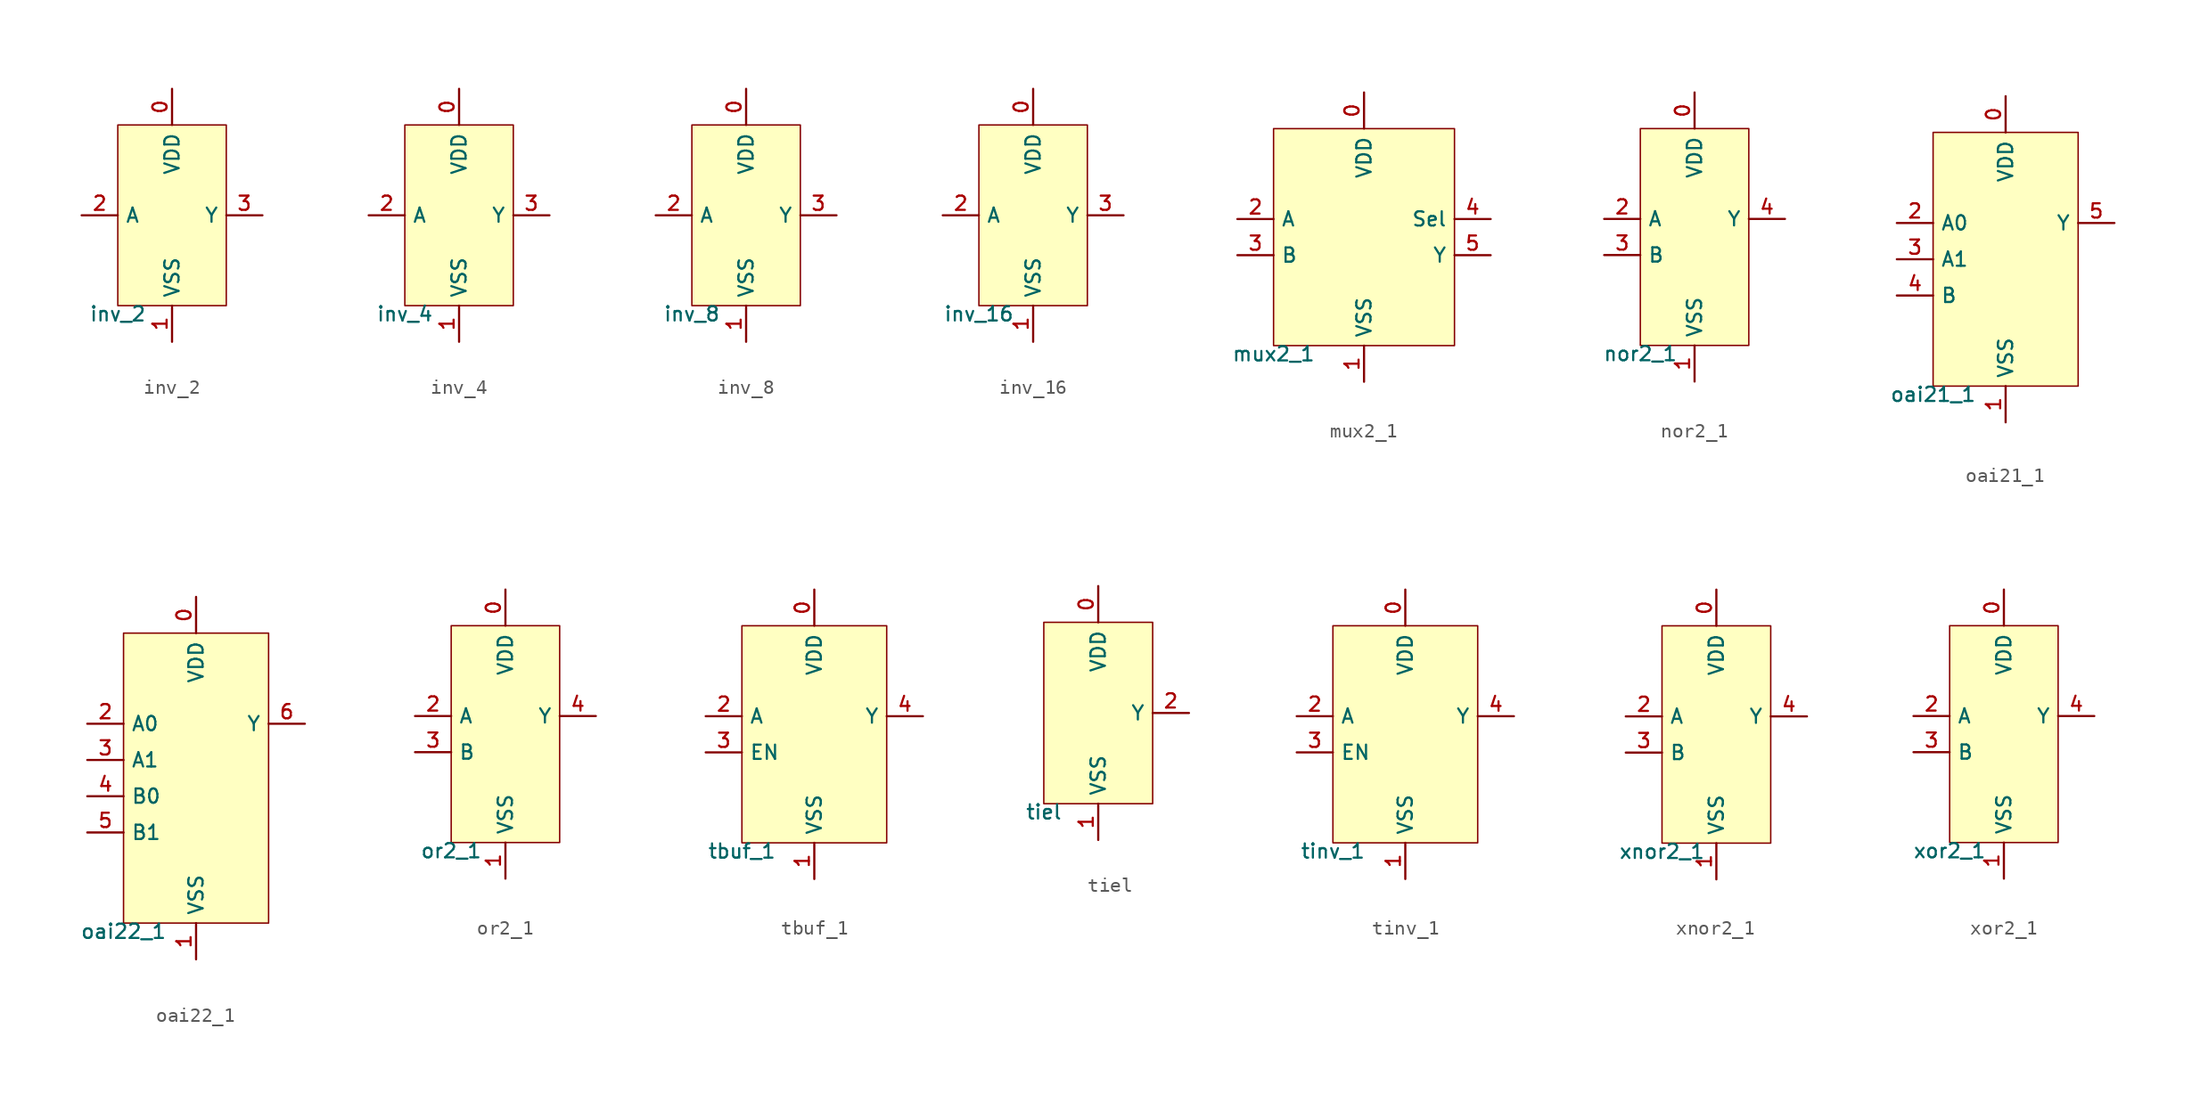
<source format=kicad_sym>
(kicad_symbol_lib
  (version 20211014)
  (generator pdk2kicad)
  (symbol "inv_2"
    (property "Reference" "X"
      (at 0 0 0)
      (effects (font (size 1 1)) hide))
    (property "Value" "inv_2"
      (at -3.81 -6.35 0)
      (effects (font (size 1 1)) (justify top)))
    (rectangle
      (start -3.81 -6.35)
      (end 3.81 6.35)
      (stroke (width 0.1) (type solid) (color 0 0 0 0))
      (fill (type background)))
    (pin power_in line
      (at 0.0 8.89 270)
      (length 2.54)
      (name "VDD" (effects (font (size 1 1)) hide))
      (number "0" (effects (font (size 1 1)) hide)))
    (pin power_in line
      (at 0.0 -8.89 90)
      (length 2.54)
      (name "VSS" (effects (font (size 1 1)) hide))
      (number "1" (effects (font (size 1 1)) hide)))
    (pin input line
      (at -6.35 -4.440892098500626e-16 0)
      (length 2.54)
      (name "A" (effects (font (size 1 1)) hide))
      (number "2" (effects (font (size 1 1)) hide)))
    (pin output line
      (at 6.35 -4.440892098500626e-16 180)
      (length 2.54)
      (name "Y" (effects (font (size 1 1)) hide))
      (number "3" (effects (font (size 1 1)) hide))))
  (symbol "inv_4"
    (property "Reference" "X"
      (at 0 0 0)
      (effects (font (size 1 1)) hide))
    (property "Value" "inv_4"
      (at -3.81 -6.35 0)
      (effects (font (size 1 1)) (justify top)))
    (rectangle
      (start -3.81 -6.35)
      (end 3.81 6.35)
      (stroke (width 0.1) (type solid) (color 0 0 0 0))
      (fill (type background)))
    (pin power_in line
      (at 0.0 8.89 270)
      (length 2.54)
      (name "VDD" (effects (font (size 1 1)) hide))
      (number "0" (effects (font (size 1 1)) hide)))
    (pin power_in line
      (at 0.0 -8.89 90)
      (length 2.54)
      (name "VSS" (effects (font (size 1 1)) hide))
      (number "1" (effects (font (size 1 1)) hide)))
    (pin input line
      (at -6.35 -4.440892098500626e-16 0)
      (length 2.54)
      (name "A" (effects (font (size 1 1)) hide))
      (number "2" (effects (font (size 1 1)) hide)))
    (pin output line
      (at 6.35 -4.440892098500626e-16 180)
      (length 2.54)
      (name "Y" (effects (font (size 1 1)) hide))
      (number "3" (effects (font (size 1 1)) hide))))
  (symbol "inv_8"
    (property "Reference" "X"
      (at 0 0 0)
      (effects (font (size 1 1)) hide))
    (property "Value" "inv_8"
      (at -3.81 -6.35 0)
      (effects (font (size 1 1)) (justify top)))
    (rectangle
      (start -3.81 -6.35)
      (end 3.81 6.35)
      (stroke (width 0.1) (type solid) (color 0 0 0 0))
      (fill (type background)))
    (pin power_in line
      (at 0.0 8.89 270)
      (length 2.54)
      (name "VDD" (effects (font (size 1 1)) hide))
      (number "0" (effects (font (size 1 1)) hide)))
    (pin power_in line
      (at 0.0 -8.89 90)
      (length 2.54)
      (name "VSS" (effects (font (size 1 1)) hide))
      (number "1" (effects (font (size 1 1)) hide)))
    (pin input line
      (at -6.35 -4.440892098500626e-16 0)
      (length 2.54)
      (name "A" (effects (font (size 1 1)) hide))
      (number "2" (effects (font (size 1 1)) hide)))
    (pin output line
      (at 6.35 -4.440892098500626e-16 180)
      (length 2.54)
      (name "Y" (effects (font (size 1 1)) hide))
      (number "3" (effects (font (size 1 1)) hide))))
  (symbol "inv_16"
    (property "Reference" "X"
      (at 0 0 0)
      (effects (font (size 1 1)) hide))
    (property "Value" "inv_16"
      (at -3.81 -6.35 0)
      (effects (font (size 1 1)) (justify top)))
    (rectangle
      (start -3.81 -6.35)
      (end 3.81 6.35)
      (stroke (width 0.1) (type solid) (color 0 0 0 0))
      (fill (type background)))
    (pin power_in line
      (at 0.0 8.89 270)
      (length 2.54)
      (name "VDD" (effects (font (size 1 1)) hide))
      (number "0" (effects (font (size 1 1)) hide)))
    (pin power_in line
      (at 0.0 -8.89 90)
      (length 2.54)
      (name "VSS" (effects (font (size 1 1)) hide))
      (number "1" (effects (font (size 1 1)) hide)))
    (pin input line
      (at -6.35 -4.440892098500626e-16 0)
      (length 2.54)
      (name "A" (effects (font (size 1 1)) hide))
      (number "2" (effects (font (size 1 1)) hide)))
    (pin output line
      (at 6.35 -4.440892098500626e-16 180)
      (length 2.54)
      (name "Y" (effects (font (size 1 1)) hide))
      (number "3" (effects (font (size 1 1)) hide))))
  (symbol "mux2_1"
    (property "Reference" "X"
      (at 0 0 0)
      (effects (font (size 1 1)) hide))
    (property "Value" "mux2_1"
      (at -6.35 -7.62 0)
      (effects (font (size 1 1)) (justify top)))
    (rectangle
      (start -6.35 -7.62)
      (end 6.35 7.62)
      (stroke (width 0.1) (type solid) (color 0 0 0 0))
      (fill (type background)))
    (pin power_in line
      (at 4.440892098500626e-16 10.16 270)
      (length 2.54)
      (name "VDD" (effects (font (size 1 1)) hide))
      (number "0" (effects (font (size 1 1)) hide)))
    (pin power_in line
      (at 4.440892098500626e-16 -10.16 90)
      (length 2.54)
      (name "VSS" (effects (font (size 1 1)) hide))
      (number "1" (effects (font (size 1 1)) hide)))
    (pin input line
      (at -8.89 1.27 0)
      (length 2.54)
      (name "A" (effects (font (size 1 1)) hide))
      (number "2" (effects (font (size 1 1)) hide)))
    (pin input line
      (at -8.89 -1.27 0)
      (length 2.54)
      (name "B" (effects (font (size 1 1)) hide))
      (number "3" (effects (font (size 1 1)) hide)))
    (pin output line
      (at 8.89 1.27 180)
      (length 2.54)
      (name "Sel" (effects (font (size 1 1)) hide))
      (number "4" (effects (font (size 1 1)) hide)))
    (pin output line
      (at 8.89 -1.27 180)
      (length 2.54)
      (name "Y" (effects (font (size 1 1)) hide))
      (number "5" (effects (font (size 1 1)) hide))))
  (symbol "nor2_1"
    (property "Reference" "X"
      (at 0 0 0)
      (effects (font (size 1 1)) hide))
    (property "Value" "nor2_1"
      (at -3.81 -7.62 0)
      (effects (font (size 1 1)) (justify top)))
    (rectangle
      (start -3.81 -7.62)
      (end 3.81 7.62)
      (stroke (width 0.1) (type solid) (color 0 0 0 0))
      (fill (type background)))
    (pin power_in line
      (at 0.0 10.16 270)
      (length 2.54)
      (name "VDD" (effects (font (size 1 1)) hide))
      (number "0" (effects (font (size 1 1)) hide)))
    (pin power_in line
      (at 0.0 -10.16 90)
      (length 2.54)
      (name "VSS" (effects (font (size 1 1)) hide))
      (number "1" (effects (font (size 1 1)) hide)))
    (pin input line
      (at -6.35 1.27 0)
      (length 2.54)
      (name "A" (effects (font (size 1 1)) hide))
      (number "2" (effects (font (size 1 1)) hide)))
    (pin input line
      (at -6.35 -1.27 0)
      (length 2.54)
      (name "B" (effects (font (size 1 1)) hide))
      (number "3" (effects (font (size 1 1)) hide)))
    (pin output line
      (at 6.35 1.27 180)
      (length 2.54)
      (name "Y" (effects (font (size 1 1)) hide))
      (number "4" (effects (font (size 1 1)) hide))))
  (symbol "oai21_1"
    (property "Reference" "X"
      (at 0 0 0)
      (effects (font (size 1 1)) hide))
    (property "Value" "oai21_1"
      (at -5.08 -8.89 0)
      (effects (font (size 1 1)) (justify top)))
    (rectangle
      (start -5.08 -8.89)
      (end 5.08 8.89)
      (stroke (width 0.1) (type solid) (color 0 0 0 0))
      (fill (type background)))
    (pin power_in line
      (at 0.0 11.43 270)
      (length 2.54)
      (name "VDD" (effects (font (size 1 1)) hide))
      (number "0" (effects (font (size 1 1)) hide)))
    (pin power_in line
      (at 0.0 -11.43 90)
      (length 2.54)
      (name "VSS" (effects (font (size 1 1)) hide))
      (number "1" (effects (font (size 1 1)) hide)))
    (pin input line
      (at -7.62 2.54 0)
      (length 2.54)
      (name "A0" (effects (font (size 1 1)) hide))
      (number "2" (effects (font (size 1 1)) hide)))
    (pin input line
      (at -7.62 4.440892098500626e-16 0)
      (length 2.54)
      (name "A1" (effects (font (size 1 1)) hide))
      (number "3" (effects (font (size 1 1)) hide)))
    (pin input line
      (at -7.62 -2.54 0)
      (length 2.54)
      (name "B" (effects (font (size 1 1)) hide))
      (number "4" (effects (font (size 1 1)) hide)))
    (pin output line
      (at 7.62 2.54 180)
      (length 2.54)
      (name "Y" (effects (font (size 1 1)) hide))
      (number "5" (effects (font (size 1 1)) hide))))
  (symbol "oai22_1"
    (property "Reference" "X"
      (at 0 0 0)
      (effects (font (size 1 1)) hide))
    (property "Value" "oai22_1"
      (at -5.08 -10.16 0)
      (effects (font (size 1 1)) (justify top)))
    (rectangle
      (start -5.08 -10.16)
      (end 5.08 10.16)
      (stroke (width 0.1) (type solid) (color 0 0 0 0))
      (fill (type background)))
    (pin power_in line
      (at 0.0 12.7 270)
      (length 2.54)
      (name "VDD" (effects (font (size 1 1)) hide))
      (number "0" (effects (font (size 1 1)) hide)))
    (pin power_in line
      (at 0.0 -12.7 90)
      (length 2.54)
      (name "VSS" (effects (font (size 1 1)) hide))
      (number "1" (effects (font (size 1 1)) hide)))
    (pin input line
      (at -7.62 3.81 0)
      (length 2.54)
      (name "A0" (effects (font (size 1 1)) hide))
      (number "2" (effects (font (size 1 1)) hide)))
    (pin input line
      (at -7.62 1.27 0)
      (length 2.54)
      (name "A1" (effects (font (size 1 1)) hide))
      (number "3" (effects (font (size 1 1)) hide)))
    (pin input line
      (at -7.62 -1.27 0)
      (length 2.54)
      (name "B0" (effects (font (size 1 1)) hide))
      (number "4" (effects (font (size 1 1)) hide)))
    (pin input line
      (at -7.62 -3.81 0)
      (length 2.54)
      (name "B1" (effects (font (size 1 1)) hide))
      (number "5" (effects (font (size 1 1)) hide)))
    (pin output line
      (at 7.62 3.81 180)
      (length 2.54)
      (name "Y" (effects (font (size 1 1)) hide))
      (number "6" (effects (font (size 1 1)) hide))))
  (symbol "or2_1"
    (property "Reference" "X"
      (at 0 0 0)
      (effects (font (size 1 1)) hide))
    (property "Value" "or2_1"
      (at -3.81 -7.62 0)
      (effects (font (size 1 1)) (justify top)))
    (rectangle
      (start -3.81 -7.62)
      (end 3.81 7.62)
      (stroke (width 0.1) (type solid) (color 0 0 0 0))
      (fill (type background)))
    (pin power_in line
      (at 0.0 10.16 270)
      (length 2.54)
      (name "VDD" (effects (font (size 1 1)) hide))
      (number "0" (effects (font (size 1 1)) hide)))
    (pin power_in line
      (at 0.0 -10.16 90)
      (length 2.54)
      (name "VSS" (effects (font (size 1 1)) hide))
      (number "1" (effects (font (size 1 1)) hide)))
    (pin input line
      (at -6.35 1.27 0)
      (length 2.54)
      (name "A" (effects (font (size 1 1)) hide))
      (number "2" (effects (font (size 1 1)) hide)))
    (pin input line
      (at -6.35 -1.27 0)
      (length 2.54)
      (name "B" (effects (font (size 1 1)) hide))
      (number "3" (effects (font (size 1 1)) hide)))
    (pin output line
      (at 6.35 1.27 180)
      (length 2.54)
      (name "Y" (effects (font (size 1 1)) hide))
      (number "4" (effects (font (size 1 1)) hide))))
  (symbol "tbuf_1"
    (property "Reference" "X"
      (at 0 0 0)
      (effects (font (size 1 1)) hide))
    (property "Value" "tbuf_1"
      (at -5.08 -7.62 0)
      (effects (font (size 1 1)) (justify top)))
    (rectangle
      (start -5.08 -7.62)
      (end 5.08 7.62)
      (stroke (width 0.1) (type solid) (color 0 0 0 0))
      (fill (type background)))
    (pin power_in line
      (at 0.0 10.16 270)
      (length 2.54)
      (name "VDD" (effects (font (size 1 1)) hide))
      (number "0" (effects (font (size 1 1)) hide)))
    (pin power_in line
      (at 0.0 -10.16 90)
      (length 2.54)
      (name "VSS" (effects (font (size 1 1)) hide))
      (number "1" (effects (font (size 1 1)) hide)))
    (pin input line
      (at -7.62 1.27 0)
      (length 2.54)
      (name "A" (effects (font (size 1 1)) hide))
      (number "2" (effects (font (size 1 1)) hide)))
    (pin input line
      (at -7.62 -1.27 0)
      (length 2.54)
      (name "EN" (effects (font (size 1 1)) hide))
      (number "3" (effects (font (size 1 1)) hide)))
    (pin output line
      (at 7.62 1.27 180)
      (length 2.54)
      (name "Y" (effects (font (size 1 1)) hide))
      (number "4" (effects (font (size 1 1)) hide))))
  (symbol "tiel"
    (property "Reference" "X"
      (at 0 0 0)
      (effects (font (size 1 1)) hide))
    (property "Value" "tiel"
      (at -3.81 -6.35 0)
      (effects (font (size 1 1)) (justify top)))
    (rectangle
      (start -3.81 -6.35)
      (end 3.81 6.35)
      (stroke (width 0.1) (type solid) (color 0 0 0 0))
      (fill (type background)))
    (pin power_in line
      (at 0.0 8.89 270)
      (length 2.54)
      (name "VDD" (effects (font (size 1 1)) hide))
      (number "0" (effects (font (size 1 1)) hide)))
    (pin power_in line
      (at 0.0 -8.89 90)
      (length 2.54)
      (name "VSS" (effects (font (size 1 1)) hide))
      (number "1" (effects (font (size 1 1)) hide)))
    (pin output line
      (at 6.35 -4.440892098500626e-16 180)
      (length 2.54)
      (name "Y" (effects (font (size 1 1)) hide))
      (number "2" (effects (font (size 1 1)) hide))))
  (symbol "tinv_1"
    (property "Reference" "X"
      (at 0 0 0)
      (effects (font (size 1 1)) hide))
    (property "Value" "tinv_1"
      (at -5.08 -7.62 0)
      (effects (font (size 1 1)) (justify top)))
    (rectangle
      (start -5.08 -7.62)
      (end 5.08 7.62)
      (stroke (width 0.1) (type solid) (color 0 0 0 0))
      (fill (type background)))
    (pin power_in line
      (at 0.0 10.16 270)
      (length 2.54)
      (name "VDD" (effects (font (size 1 1)) hide))
      (number "0" (effects (font (size 1 1)) hide)))
    (pin power_in line
      (at 0.0 -10.16 90)
      (length 2.54)
      (name "VSS" (effects (font (size 1 1)) hide))
      (number "1" (effects (font (size 1 1)) hide)))
    (pin input line
      (at -7.62 1.27 0)
      (length 2.54)
      (name "A" (effects (font (size 1 1)) hide))
      (number "2" (effects (font (size 1 1)) hide)))
    (pin input line
      (at -7.62 -1.27 0)
      (length 2.54)
      (name "EN" (effects (font (size 1 1)) hide))
      (number "3" (effects (font (size 1 1)) hide)))
    (pin output line
      (at 7.62 1.27 180)
      (length 2.54)
      (name "Y" (effects (font (size 1 1)) hide))
      (number "4" (effects (font (size 1 1)) hide))))
  (symbol "xnor2_1"
    (property "Reference" "X"
      (at 0 0 0)
      (effects (font (size 1 1)) hide))
    (property "Value" "xnor2_1"
      (at -3.81 -7.62 0)
      (effects (font (size 1 1)) (justify top)))
    (rectangle
      (start -3.81 -7.62)
      (end 3.81 7.62)
      (stroke (width 0.1) (type solid) (color 0 0 0 0))
      (fill (type background)))
    (pin power_in line
      (at 0.0 10.16 270)
      (length 2.54)
      (name "VDD" (effects (font (size 1 1)) hide))
      (number "0" (effects (font (size 1 1)) hide)))
    (pin power_in line
      (at 0.0 -10.16 90)
      (length 2.54)
      (name "VSS" (effects (font (size 1 1)) hide))
      (number "1" (effects (font (size 1 1)) hide)))
    (pin input line
      (at -6.35 1.27 0)
      (length 2.54)
      (name "A" (effects (font (size 1 1)) hide))
      (number "2" (effects (font (size 1 1)) hide)))
    (pin input line
      (at -6.35 -1.27 0)
      (length 2.54)
      (name "B" (effects (font (size 1 1)) hide))
      (number "3" (effects (font (size 1 1)) hide)))
    (pin output line
      (at 6.35 1.27 180)
      (length 2.54)
      (name "Y" (effects (font (size 1 1)) hide))
      (number "4" (effects (font (size 1 1)) hide))))
  (symbol "xor2_1"
    (property "Reference" "X"
      (at 0 0 0)
      (effects (font (size 1 1)) hide))
    (property "Value" "xor2_1"
      (at -3.81 -7.62 0)
      (effects (font (size 1 1)) (justify top)))
    (rectangle
      (start -3.81 -7.62)
      (end 3.81 7.62)
      (stroke (width 0.1) (type solid) (color 0 0 0 0))
      (fill (type background)))
    (pin power_in line
      (at 0.0 10.16 270)
      (length 2.54)
      (name "VDD" (effects (font (size 1 1)) hide))
      (number "0" (effects (font (size 1 1)) hide)))
    (pin power_in line
      (at 0.0 -10.16 90)
      (length 2.54)
      (name "VSS" (effects (font (size 1 1)) hide))
      (number "1" (effects (font (size 1 1)) hide)))
    (pin input line
      (at -6.35 1.27 0)
      (length 2.54)
      (name "A" (effects (font (size 1 1)) hide))
      (number "2" (effects (font (size 1 1)) hide)))
    (pin input line
      (at -6.35 -1.27 0)
      (length 2.54)
      (name "B" (effects (font (size 1 1)) hide))
      (number "3" (effects (font (size 1 1)) hide)))
    (pin output line
      (at 6.35 1.27 180)
      (length 2.54)
      (name "Y" (effects (font (size 1 1)) hide))
      (number "4" (effects (font (size 1 1)) hide)))))
</source>
